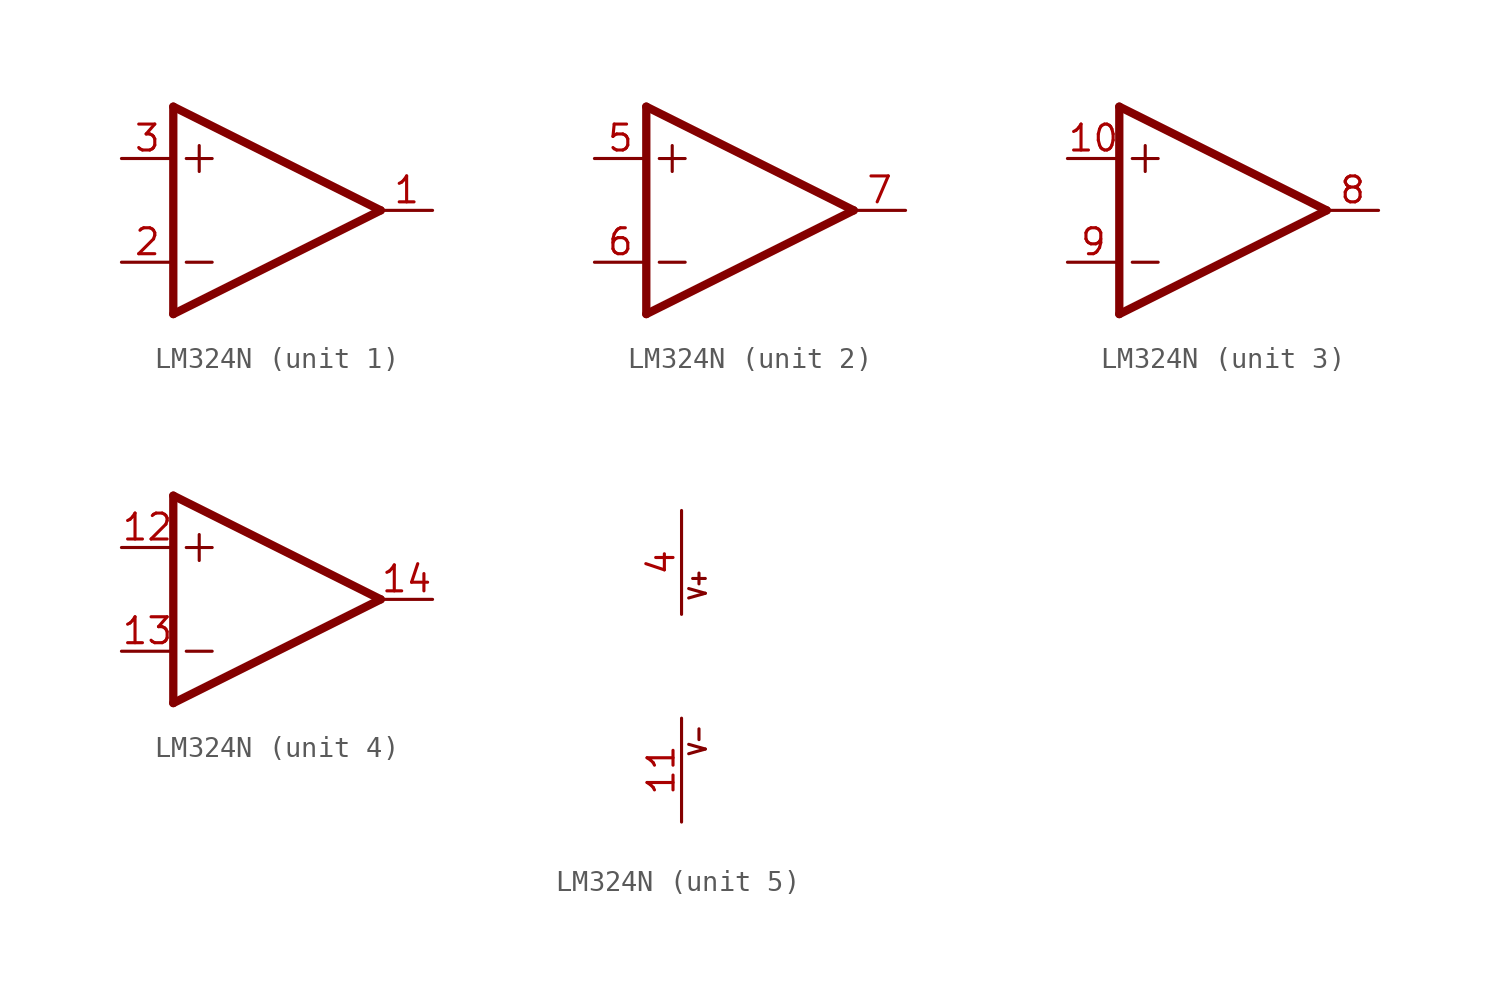
<source format=kicad_sym>
(kicad_symbol_lib
  (version 20220914)
  (generator kicad_symbol_editor)
  (symbol "LM324N"
    (property "Reference" "IC"
      (at 2.54 3.175 0)
      (effects (font (size 1.778 1.511)) (justify left bottom) hide))
    (property "ki_locked" ""
      (at 0 0 0)
      (effects (font (size 1.27 1.27))))
    (symbol "LM324N_1_0"
      (polyline (pts (xy -5.08 -5.08) (xy 5.08 0)) (stroke (width 0.406) (type default)) (fill (type none)))
      (polyline (pts (xy -5.08 5.08) (xy -5.08 -5.08)) (stroke (width 0.406) (type default)) (fill (type none)))
      (polyline (pts (xy -4.445 -2.54) (xy -3.175 -2.54)) (stroke (width 0.152) (type default)) (fill (type none)))
      (polyline (pts (xy -4.445 2.54) (xy -3.175 2.54)) (stroke (width 0.152) (type default)) (fill (type none)))
      (polyline (pts (xy -3.81 3.175) (xy -3.81 1.905)) (stroke (width 0.152) (type default)) (fill (type none)))
      (polyline (pts (xy 5.08 0) (xy -5.08 5.08)) (stroke (width 0.406) (type default)) (fill (type none)))
      (pin output line (at 7.62 0 180) (length 2.54) (name "OUT" (effects (font (size 0 0)))) (number "1" (effects (font (size 1.27 1.27)))))
      (pin input line (at -7.62 -2.54 0) (length 2.54) (name "-IN" (effects (font (size 0 0)))) (number "2" (effects (font (size 1.27 1.27)))))
      (pin input line (at -7.62 2.54 0) (length 2.54) (name "+IN" (effects (font (size 0 0)))) (number "3" (effects (font (size 1.27 1.27))))))
    (symbol "LM324N_2_0"
      (polyline (pts (xy -5.08 -5.08) (xy 5.08 0)) (stroke (width 0.406) (type default)) (fill (type none)))
      (polyline (pts (xy -5.08 5.08) (xy -5.08 -5.08)) (stroke (width 0.406) (type default)) (fill (type none)))
      (polyline (pts (xy -4.445 -2.54) (xy -3.175 -2.54)) (stroke (width 0.152) (type default)) (fill (type none)))
      (polyline (pts (xy -4.445 2.54) (xy -3.175 2.54)) (stroke (width 0.152) (type default)) (fill (type none)))
      (polyline (pts (xy -3.81 3.175) (xy -3.81 1.905)) (stroke (width 0.152) (type default)) (fill (type none)))
      (polyline (pts (xy 5.08 0) (xy -5.08 5.08)) (stroke (width 0.406) (type default)) (fill (type none)))
      (pin input line (at -7.62 2.54 0) (length 2.54) (name "+IN" (effects (font (size 0 0)))) (number "5" (effects (font (size 1.27 1.27)))))
      (pin input line (at -7.62 -2.54 0) (length 2.54) (name "-IN" (effects (font (size 0 0)))) (number "6" (effects (font (size 1.27 1.27)))))
      (pin output line (at 7.62 0 180) (length 2.54) (name "OUT" (effects (font (size 0 0)))) (number "7" (effects (font (size 1.27 1.27))))))
    (symbol "LM324N_3_0"
      (polyline (pts (xy -5.08 -5.08) (xy 5.08 0)) (stroke (width 0.406) (type default)) (fill (type none)))
      (polyline (pts (xy -5.08 5.08) (xy -5.08 -5.08)) (stroke (width 0.406) (type default)) (fill (type none)))
      (polyline (pts (xy -4.445 -2.54) (xy -3.175 -2.54)) (stroke (width 0.152) (type default)) (fill (type none)))
      (polyline (pts (xy -4.445 2.54) (xy -3.175 2.54)) (stroke (width 0.152) (type default)) (fill (type none)))
      (polyline (pts (xy -3.81 3.175) (xy -3.81 1.905)) (stroke (width 0.152) (type default)) (fill (type none)))
      (polyline (pts (xy 5.08 0) (xy -5.08 5.08)) (stroke (width 0.406) (type default)) (fill (type none)))
      (pin input line (at -7.62 2.54 0) (length 2.54) (name "+IN" (effects (font (size 0 0)))) (number "10" (effects (font (size 1.27 1.27)))))
      (pin output line (at 7.62 0 180) (length 2.54) (name "OUT" (effects (font (size 0 0)))) (number "8" (effects (font (size 1.27 1.27)))))
      (pin input line (at -7.62 -2.54 0) (length 2.54) (name "-IN" (effects (font (size 0 0)))) (number "9" (effects (font (size 1.27 1.27))))))
    (symbol "LM324N_4_0"
      (polyline (pts (xy -5.08 -5.08) (xy 5.08 0)) (stroke (width 0.406) (type default)) (fill (type none)))
      (polyline (pts (xy -5.08 5.08) (xy -5.08 -5.08)) (stroke (width 0.406) (type default)) (fill (type none)))
      (polyline (pts (xy -4.445 -2.54) (xy -3.175 -2.54)) (stroke (width 0.152) (type default)) (fill (type none)))
      (polyline (pts (xy -4.445 2.54) (xy -3.175 2.54)) (stroke (width 0.152) (type default)) (fill (type none)))
      (polyline (pts (xy -3.81 3.175) (xy -3.81 1.905)) (stroke (width 0.152) (type default)) (fill (type none)))
      (polyline (pts (xy 5.08 0) (xy -5.08 5.08)) (stroke (width 0.406) (type default)) (fill (type none)))
      (pin input line (at -7.62 2.54 0) (length 2.54) (name "+IN" (effects (font (size 0 0)))) (number "12" (effects (font (size 1.27 1.27)))))
      (pin input line (at -7.62 -2.54 0) (length 2.54) (name "-IN" (effects (font (size 0 0)))) (number "13" (effects (font (size 1.27 1.27)))))
      (pin output line (at 7.62 0 180) (length 2.54) (name "OUT" (effects (font (size 0 0)))) (number "14" (effects (font (size 1.27 1.27))))))
    (symbol "LM324N_5_0"
      (text "V+" (at 1.27 3.175 900) (effects (font (size 0.813 0.691)) (justify left bottom)))
      (text "V-" (at 1.27 -4.445 900) (effects (font (size 0.813 0.691)) (justify left bottom)))
      (pin power_in line (at 0 -7.62 90) (length 5.08) (name "V-" (effects (font (size 0 0)))) (number "11" (effects (font (size 1.27 1.27)))))
      (pin power_in line (at 0 7.62 270) (length 5.08) (name "V+" (effects (font (size 0 0)))) (number "4" (effects (font (size 1.27 1.27))))))))
</source>
